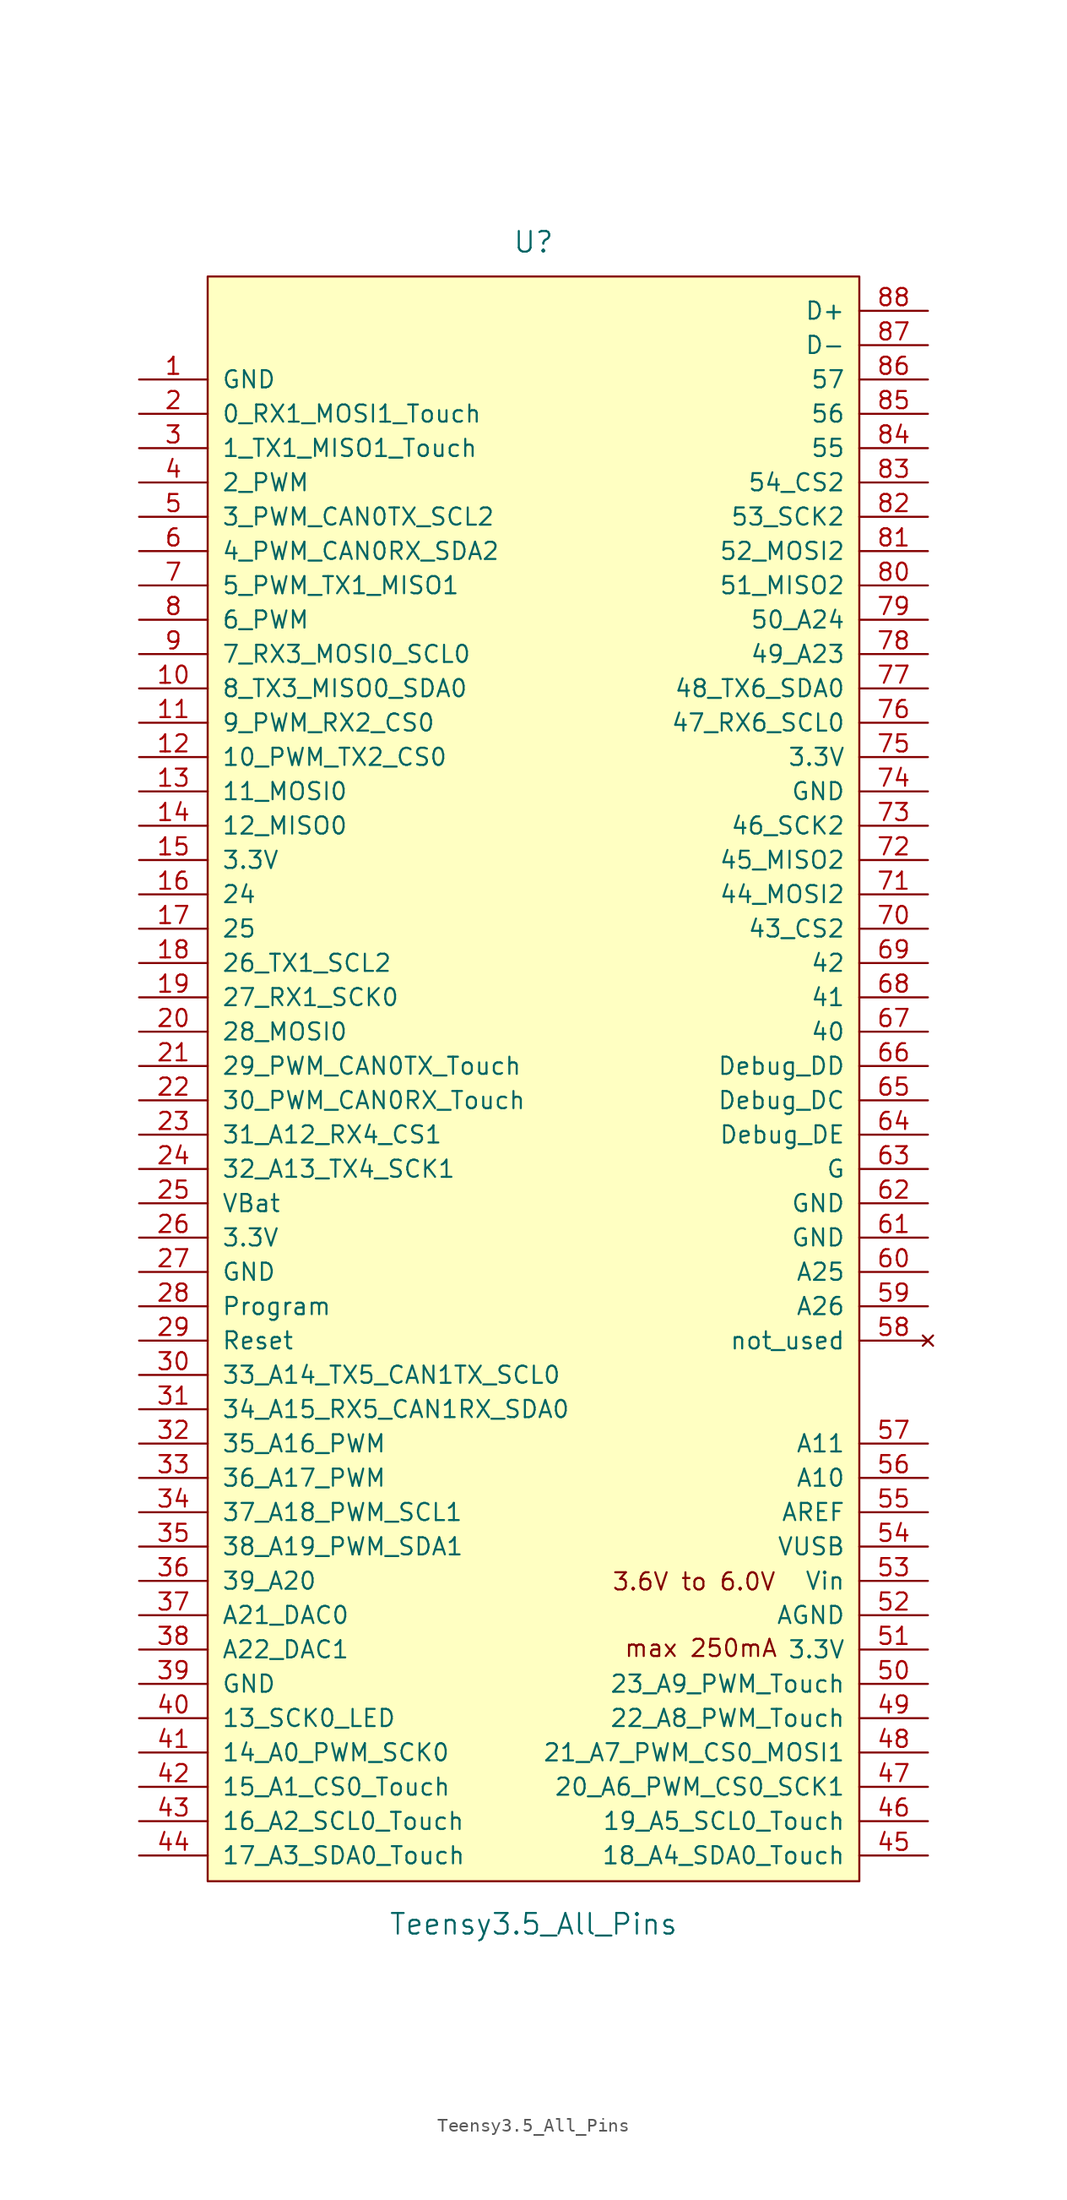
<source format=kicad_sym>
(kicad_symbol_lib
  (version 20220914)
  (generator kicad_symbol_editor)
  (symbol "Teensy3.5_All_Pins"
    (pin_names
      (offset 1.016))
    (property "Reference" "U"
      (at 0 64.77 0)
      (effects (font (size 1.524 1.524))))
    (property "Value" "Teensy3.5_All_Pins"
      (at 0 -59.69 0)
      (effects (font (size 1.524 1.524))))
    (property "Footprint" ""
      (at -2.54 62.23 0)
      (effects (font (size 1.524 1.524))))
    (symbol "Teensy3.5_All_Pins_0_0"
      (text "3.6V to 6.0V" (at 11.887 -34.341 0) (effects (font (size 1.27 1.27))))
      (text "max 250mA" (at 12.395 -39.268 0) (effects (font (size 1.27 1.27)))))
    (symbol "Teensy3.5_All_Pins_1_1"
      (rectangle (start -24.13 62.23) (end 24.13 -56.515) (stroke (width 0) (type solid)) (fill (type background)))
      (pin power_in line (at -29.21 54.61 0) (length 5.08) (name "GND" (effects (font (size 1.27 1.27)))) (number "1" (effects (font (size 1.27 1.27)))))
      (pin bidirectional line (at -29.21 31.75 0) (length 5.08) (name "8_TX3_MISO0_SDA0" (effects (font (size 1.27 1.27)))) (number "10" (effects (font (size 1.27 1.27)))))
      (pin bidirectional line (at -29.21 29.21 0) (length 5.08) (name "9_PWM_RX2_CS0" (effects (font (size 1.27 1.27)))) (number "11" (effects (font (size 1.27 1.27)))))
      (pin bidirectional line (at -29.21 26.67 0) (length 5.08) (name "10_PWM_TX2_CS0" (effects (font (size 1.27 1.27)))) (number "12" (effects (font (size 1.27 1.27)))))
      (pin bidirectional line (at -29.21 24.13 0) (length 5.08) (name "11_MOSI0" (effects (font (size 1.27 1.27)))) (number "13" (effects (font (size 1.27 1.27)))))
      (pin bidirectional line (at -29.21 21.59 0) (length 5.08) (name "12_MISO0" (effects (font (size 1.27 1.27)))) (number "14" (effects (font (size 1.27 1.27)))))
      (pin power_out line (at -29.21 19.05 0) (length 5.08) (name "3.3V" (effects (font (size 1.27 1.27)))) (number "15" (effects (font (size 1.27 1.27)))))
      (pin bidirectional line (at -29.21 16.51 0) (length 5.08) (name "24" (effects (font (size 1.27 1.27)))) (number "16" (effects (font (size 1.27 1.27)))))
      (pin bidirectional line (at -29.21 13.97 0) (length 5.08) (name "25" (effects (font (size 1.27 1.27)))) (number "17" (effects (font (size 1.27 1.27)))))
      (pin bidirectional line (at -29.21 11.43 0) (length 5.08) (name "26_TX1_SCL2" (effects (font (size 1.27 1.27)))) (number "18" (effects (font (size 1.27 1.27)))))
      (pin bidirectional line (at -29.21 8.89 0) (length 5.08) (name "27_RX1_SCK0" (effects (font (size 1.27 1.27)))) (number "19" (effects (font (size 1.27 1.27)))))
      (pin bidirectional line (at -29.21 52.07 0) (length 5.08) (name "0_RX1_MOSI1_Touch" (effects (font (size 1.27 1.27)))) (number "2" (effects (font (size 1.27 1.27)))))
      (pin bidirectional line (at -29.21 6.35 0) (length 5.08) (name "28_MOSI0" (effects (font (size 1.27 1.27)))) (number "20" (effects (font (size 1.27 1.27)))))
      (pin bidirectional line (at -29.21 3.81 0) (length 5.08) (name "29_PWM_CAN0TX_Touch" (effects (font (size 1.27 1.27)))) (number "21" (effects (font (size 1.27 1.27)))))
      (pin bidirectional line (at -29.21 1.27 0) (length 5.08) (name "30_PWM_CAN0RX_Touch" (effects (font (size 1.27 1.27)))) (number "22" (effects (font (size 1.27 1.27)))))
      (pin bidirectional line (at -29.21 -1.27 0) (length 5.08) (name "31_A12_RX4_CS1" (effects (font (size 1.27 1.27)))) (number "23" (effects (font (size 1.27 1.27)))))
      (pin bidirectional line (at -29.21 -3.81 0) (length 5.08) (name "32_A13_TX4_SCK1" (effects (font (size 1.27 1.27)))) (number "24" (effects (font (size 1.27 1.27)))))
      (pin power_in line (at -29.21 -6.35 0) (length 5.08) (name "VBat" (effects (font (size 1.27 1.27)))) (number "25" (effects (font (size 1.27 1.27)))))
      (pin power_in line (at -29.21 -8.89 0) (length 5.08) (name "3.3V" (effects (font (size 1.27 1.27)))) (number "26" (effects (font (size 1.27 1.27)))))
      (pin power_in line (at -29.21 -11.43 0) (length 5.08) (name "GND" (effects (font (size 1.27 1.27)))) (number "27" (effects (font (size 1.27 1.27)))))
      (pin input line (at -29.21 -13.97 0) (length 5.08) (name "Program" (effects (font (size 1.27 1.27)))) (number "28" (effects (font (size 1.27 1.27)))))
      (pin input line (at -29.21 -16.51 0) (length 5.08) (name "Reset" (effects (font (size 1.27 1.27)))) (number "29" (effects (font (size 1.27 1.27)))))
      (pin bidirectional line (at -29.21 49.53 0) (length 5.08) (name "1_TX1_MISO1_Touch" (effects (font (size 1.27 1.27)))) (number "3" (effects (font (size 1.27 1.27)))))
      (pin bidirectional line (at -29.21 -19.05 0) (length 5.08) (name "33_A14_TX5_CAN1TX_SCL0" (effects (font (size 1.27 1.27)))) (number "30" (effects (font (size 1.27 1.27)))))
      (pin bidirectional line (at -29.21 -21.59 0) (length 5.08) (name "34_A15_RX5_CAN1RX_SDA0" (effects (font (size 1.27 1.27)))) (number "31" (effects (font (size 1.27 1.27)))))
      (pin bidirectional line (at -29.21 -24.13 0) (length 5.08) (name "35_A16_PWM" (effects (font (size 1.27 1.27)))) (number "32" (effects (font (size 1.27 1.27)))))
      (pin bidirectional line (at -29.21 -26.67 0) (length 5.08) (name "36_A17_PWM" (effects (font (size 1.27 1.27)))) (number "33" (effects (font (size 1.27 1.27)))))
      (pin bidirectional line (at -29.21 -29.21 0) (length 5.08) (name "37_A18_PWM_SCL1" (effects (font (size 1.27 1.27)))) (number "34" (effects (font (size 1.27 1.27)))))
      (pin bidirectional line (at -29.21 -31.75 0) (length 5.08) (name "38_A19_PWM_SDA1" (effects (font (size 1.27 1.27)))) (number "35" (effects (font (size 1.27 1.27)))))
      (pin bidirectional line (at -29.21 -34.29 0) (length 5.08) (name "39_A20" (effects (font (size 1.27 1.27)))) (number "36" (effects (font (size 1.27 1.27)))))
      (pin bidirectional line (at -29.21 -36.83 0) (length 5.08) (name "A21_DAC0" (effects (font (size 1.27 1.27)))) (number "37" (effects (font (size 1.27 1.27)))))
      (pin bidirectional line (at -29.21 -39.37 0) (length 5.08) (name "A22_DAC1" (effects (font (size 1.27 1.27)))) (number "38" (effects (font (size 1.27 1.27)))))
      (pin power_in line (at -29.21 -41.91 0) (length 5.08) (name "GND" (effects (font (size 1.27 1.27)))) (number "39" (effects (font (size 1.27 1.27)))))
      (pin bidirectional line (at -29.21 46.99 0) (length 5.08) (name "2_PWM" (effects (font (size 1.27 1.27)))) (number "4" (effects (font (size 1.27 1.27)))))
      (pin bidirectional line (at -29.21 -44.45 0) (length 5.08) (name "13_SCK0_LED" (effects (font (size 1.27 1.27)))) (number "40" (effects (font (size 1.27 1.27)))))
      (pin bidirectional line (at -29.21 -46.99 0) (length 5.08) (name "14_A0_PWM_SCK0" (effects (font (size 1.27 1.27)))) (number "41" (effects (font (size 1.27 1.27)))))
      (pin bidirectional line (at -29.21 -49.53 0) (length 5.08) (name "15_A1_CS0_Touch" (effects (font (size 1.27 1.27)))) (number "42" (effects (font (size 1.27 1.27)))))
      (pin bidirectional line (at -29.21 -52.07 0) (length 5.08) (name "16_A2_SCL0_Touch" (effects (font (size 1.27 1.27)))) (number "43" (effects (font (size 1.27 1.27)))))
      (pin bidirectional line (at -29.21 -54.61 0) (length 5.08) (name "17_A3_SDA0_Touch" (effects (font (size 1.27 1.27)))) (number "44" (effects (font (size 1.27 1.27)))))
      (pin bidirectional line (at 29.21 -54.61 180) (length 5.08) (name "18_A4_SDA0_Touch" (effects (font (size 1.27 1.27)))) (number "45" (effects (font (size 1.27 1.27)))))
      (pin bidirectional line (at 29.21 -52.07 180) (length 5.08) (name "19_A5_SCL0_Touch" (effects (font (size 1.27 1.27)))) (number "46" (effects (font (size 1.27 1.27)))))
      (pin bidirectional line (at 29.21 -49.53 180) (length 5.08) (name "20_A6_PWM_CS0_SCK1" (effects (font (size 1.27 1.27)))) (number "47" (effects (font (size 1.27 1.27)))))
      (pin bidirectional line (at 29.21 -46.99 180) (length 5.08) (name "21_A7_PWM_CS0_MOSI1" (effects (font (size 1.27 1.27)))) (number "48" (effects (font (size 1.27 1.27)))))
      (pin bidirectional line (at 29.21 -44.45 180) (length 5.08) (name "22_A8_PWM_Touch" (effects (font (size 1.27 1.27)))) (number "49" (effects (font (size 1.27 1.27)))))
      (pin bidirectional line (at -29.21 44.45 0) (length 5.08) (name "3_PWM_CAN0TX_SCL2" (effects (font (size 1.27 1.27)))) (number "5" (effects (font (size 1.27 1.27)))))
      (pin bidirectional line (at 29.21 -41.91 180) (length 5.08) (name "23_A9_PWM_Touch" (effects (font (size 1.27 1.27)))) (number "50" (effects (font (size 1.27 1.27)))))
      (pin power_out line (at 29.21 -39.37 180) (length 5.08) (name "3.3V" (effects (font (size 1.27 1.27)))) (number "51" (effects (font (size 1.27 1.27)))))
      (pin power_out line (at 29.21 -36.83 180) (length 5.08) (name "AGND" (effects (font (size 1.27 1.27)))) (number "52" (effects (font (size 1.27 1.27)))))
      (pin power_in line (at 29.21 -34.29 180) (length 5.08) (name "Vin" (effects (font (size 1.27 1.27)))) (number "53" (effects (font (size 1.27 1.27)))))
      (pin power_in line (at 29.21 -31.75 180) (length 5.08) (name "VUSB" (effects (font (size 1.27 1.27)))) (number "54" (effects (font (size 1.27 1.27)))))
      (pin input line (at 29.21 -29.21 180) (length 5.08) (name "AREF" (effects (font (size 1.27 1.27)))) (number "55" (effects (font (size 1.27 1.27)))))
      (pin bidirectional line (at 29.21 -26.67 180) (length 5.08) (name "A10" (effects (font (size 1.27 1.27)))) (number "56" (effects (font (size 1.27 1.27)))))
      (pin bidirectional line (at 29.21 -24.13 180) (length 5.08) (name "A11" (effects (font (size 1.27 1.27)))) (number "57" (effects (font (size 1.27 1.27)))))
      (pin no_connect line (at 29.21 -16.51 180) (length 5.08) (name "not_used" (effects (font (size 1.27 1.27)))) (number "58" (effects (font (size 1.27 1.27)))))
      (pin bidirectional line (at 29.21 -13.97 180) (length 5.08) (name "A26" (effects (font (size 1.27 1.27)))) (number "59" (effects (font (size 1.27 1.27)))))
      (pin bidirectional line (at -29.21 41.91 0) (length 5.08) (name "4_PWM_CAN0RX_SDA2" (effects (font (size 1.27 1.27)))) (number "6" (effects (font (size 1.27 1.27)))))
      (pin bidirectional line (at 29.21 -11.43 180) (length 5.08) (name "A25" (effects (font (size 1.27 1.27)))) (number "60" (effects (font (size 1.27 1.27)))))
      (pin power_in line (at 29.21 -8.89 180) (length 5.08) (name "GND" (effects (font (size 1.27 1.27)))) (number "61" (effects (font (size 1.27 1.27)))))
      (pin power_in line (at 29.21 -6.35 180) (length 5.08) (name "GND" (effects (font (size 1.27 1.27)))) (number "62" (effects (font (size 1.27 1.27)))))
      (pin power_in line (at 29.21 -3.81 180) (length 5.08) (name "G" (effects (font (size 1.27 1.27)))) (number "63" (effects (font (size 1.27 1.27)))))
      (pin input line (at 29.21 -1.27 180) (length 5.08) (name "Debug_DE" (effects (font (size 1.27 1.27)))) (number "64" (effects (font (size 1.27 1.27)))))
      (pin input line (at 29.21 1.27 180) (length 5.08) (name "Debug_DC" (effects (font (size 1.27 1.27)))) (number "65" (effects (font (size 1.27 1.27)))))
      (pin input line (at 29.21 3.81 180) (length 5.08) (name "Debug_DD" (effects (font (size 1.27 1.27)))) (number "66" (effects (font (size 1.27 1.27)))))
      (pin bidirectional line (at 29.21 6.35 180) (length 5.08) (name "40" (effects (font (size 1.27 1.27)))) (number "67" (effects (font (size 1.27 1.27)))))
      (pin bidirectional line (at 29.21 8.89 180) (length 5.08) (name "41" (effects (font (size 1.27 1.27)))) (number "68" (effects (font (size 1.27 1.27)))))
      (pin bidirectional line (at 29.21 11.43 180) (length 5.08) (name "42" (effects (font (size 1.27 1.27)))) (number "69" (effects (font (size 1.27 1.27)))))
      (pin bidirectional line (at -29.21 39.37 0) (length 5.08) (name "5_PWM_TX1_MISO1" (effects (font (size 1.27 1.27)))) (number "7" (effects (font (size 1.27 1.27)))))
      (pin bidirectional line (at 29.21 13.97 180) (length 5.08) (name "43_CS2" (effects (font (size 1.27 1.27)))) (number "70" (effects (font (size 1.27 1.27)))))
      (pin bidirectional line (at 29.21 16.51 180) (length 5.08) (name "44_MOSI2" (effects (font (size 1.27 1.27)))) (number "71" (effects (font (size 1.27 1.27)))))
      (pin bidirectional line (at 29.21 19.05 180) (length 5.08) (name "45_MISO2" (effects (font (size 1.27 1.27)))) (number "72" (effects (font (size 1.27 1.27)))))
      (pin bidirectional line (at 29.21 21.59 180) (length 5.08) (name "46_SCK2" (effects (font (size 1.27 1.27)))) (number "73" (effects (font (size 1.27 1.27)))))
      (pin power_in line (at 29.21 24.13 180) (length 5.08) (name "GND" (effects (font (size 1.27 1.27)))) (number "74" (effects (font (size 1.27 1.27)))))
      (pin power_in line (at 29.21 26.67 180) (length 5.08) (name "3.3V" (effects (font (size 1.27 1.27)))) (number "75" (effects (font (size 1.27 1.27)))))
      (pin bidirectional line (at 29.21 29.21 180) (length 5.08) (name "47_RX6_SCL0" (effects (font (size 1.27 1.27)))) (number "76" (effects (font (size 1.27 1.27)))))
      (pin bidirectional line (at 29.21 31.75 180) (length 5.08) (name "48_TX6_SDA0" (effects (font (size 1.27 1.27)))) (number "77" (effects (font (size 1.27 1.27)))))
      (pin bidirectional line (at 29.21 34.29 180) (length 5.08) (name "49_A23" (effects (font (size 1.27 1.27)))) (number "78" (effects (font (size 1.27 1.27)))))
      (pin bidirectional line (at 29.21 36.83 180) (length 5.08) (name "50_A24" (effects (font (size 1.27 1.27)))) (number "79" (effects (font (size 1.27 1.27)))))
      (pin bidirectional line (at -29.21 36.83 0) (length 5.08) (name "6_PWM" (effects (font (size 1.27 1.27)))) (number "8" (effects (font (size 1.27 1.27)))))
      (pin bidirectional line (at 29.21 39.37 180) (length 5.08) (name "51_MISO2" (effects (font (size 1.27 1.27)))) (number "80" (effects (font (size 1.27 1.27)))))
      (pin bidirectional line (at 29.21 41.91 180) (length 5.08) (name "52_MOSI2" (effects (font (size 1.27 1.27)))) (number "81" (effects (font (size 1.27 1.27)))))
      (pin bidirectional line (at 29.21 44.45 180) (length 5.08) (name "53_SCK2" (effects (font (size 1.27 1.27)))) (number "82" (effects (font (size 1.27 1.27)))))
      (pin bidirectional line (at 29.21 46.99 180) (length 5.08) (name "54_CS2" (effects (font (size 1.27 1.27)))) (number "83" (effects (font (size 1.27 1.27)))))
      (pin bidirectional line (at 29.21 49.53 180) (length 5.08) (name "55" (effects (font (size 1.27 1.27)))) (number "84" (effects (font (size 1.27 1.27)))))
      (pin bidirectional line (at 29.21 52.07 180) (length 5.08) (name "56" (effects (font (size 1.27 1.27)))) (number "85" (effects (font (size 1.27 1.27)))))
      (pin bidirectional line (at 29.21 54.61 180) (length 5.08) (name "57" (effects (font (size 1.27 1.27)))) (number "86" (effects (font (size 1.27 1.27)))))
      (pin input line (at 29.21 57.15 180) (length 5.08) (name "D-" (effects (font (size 1.27 1.27)))) (number "87" (effects (font (size 1.27 1.27)))))
      (pin input line (at 29.21 59.69 180) (length 5.08) (name "D+" (effects (font (size 1.27 1.27)))) (number "88" (effects (font (size 1.27 1.27)))))
      (pin bidirectional line (at -29.21 34.29 0) (length 5.08) (name "7_RX3_MOSI0_SCL0" (effects (font (size 1.27 1.27)))) (number "9" (effects (font (size 1.27 1.27))))))))
</source>
